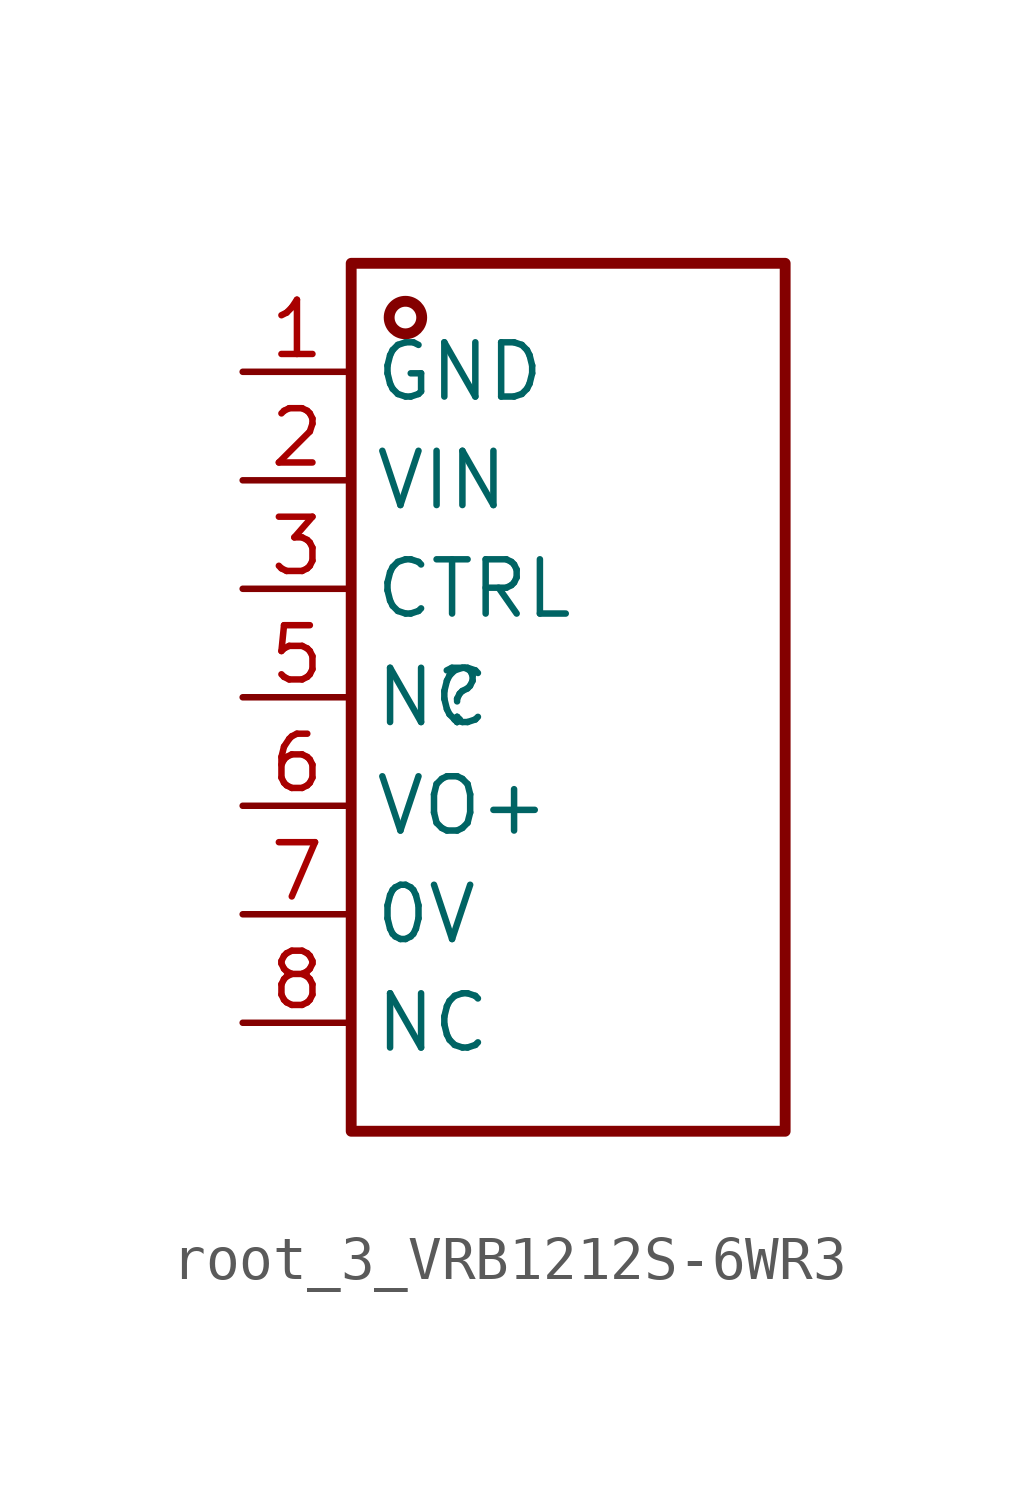
<source format=kicad_sym>
(kicad_symbol_lib
  (version 20220914)
  (generator kicad_symbol_editor)
  (symbol "root_3_VRB1212S-6WR3"
    (property "Reference" ""
      (at 0 0 0)
      (effects (font (size 1.27 1.27))))
    (property "Value" ""
      (at 0 0 0)
      (effects (font (size 1.27 1.27))))
    (symbol "root_3_VRB1212S-6WR3_1_0"
      (circle (center -1.27 8.89) (radius 0.381) (stroke (width 0.254) (type solid)) (fill (type none)))
      (rectangle (start 7.62 10.16) (end -2.54 -10.16) (stroke (width 0.254) (type solid)) (fill (type none)))
      (pin passive line (at -5.08 7.62 0) (length 2.54) (name "GND" (effects (font (size 1.27 1.27)))) (number "1" (effects (font (size 1.27 1.27)))))
      (pin passive line (at -5.08 5.08 0) (length 2.54) (name "VIN" (effects (font (size 1.27 1.27)))) (number "2" (effects (font (size 1.27 1.27)))))
      (pin passive line (at -5.08 2.54 0) (length 2.54) (name "CTRL" (effects (font (size 1.27 1.27)))) (number "3" (effects (font (size 1.27 1.27)))))
      (pin passive line (at -5.08 0 0) (length 2.54) (name "NC" (effects (font (size 1.27 1.27)))) (number "5" (effects (font (size 1.27 1.27)))))
      (pin passive line (at -5.08 -2.54 0) (length 2.54) (name "VO+" (effects (font (size 1.27 1.27)))) (number "6" (effects (font (size 1.27 1.27)))))
      (pin passive line (at -5.08 -5.08 0) (length 2.54) (name "0V" (effects (font (size 1.27 1.27)))) (number "7" (effects (font (size 1.27 1.27)))))
      (pin passive line (at -5.08 -7.62 0) (length 2.54) (name "NC" (effects (font (size 1.27 1.27)))) (number "8" (effects (font (size 1.27 1.27))))))))
</source>
